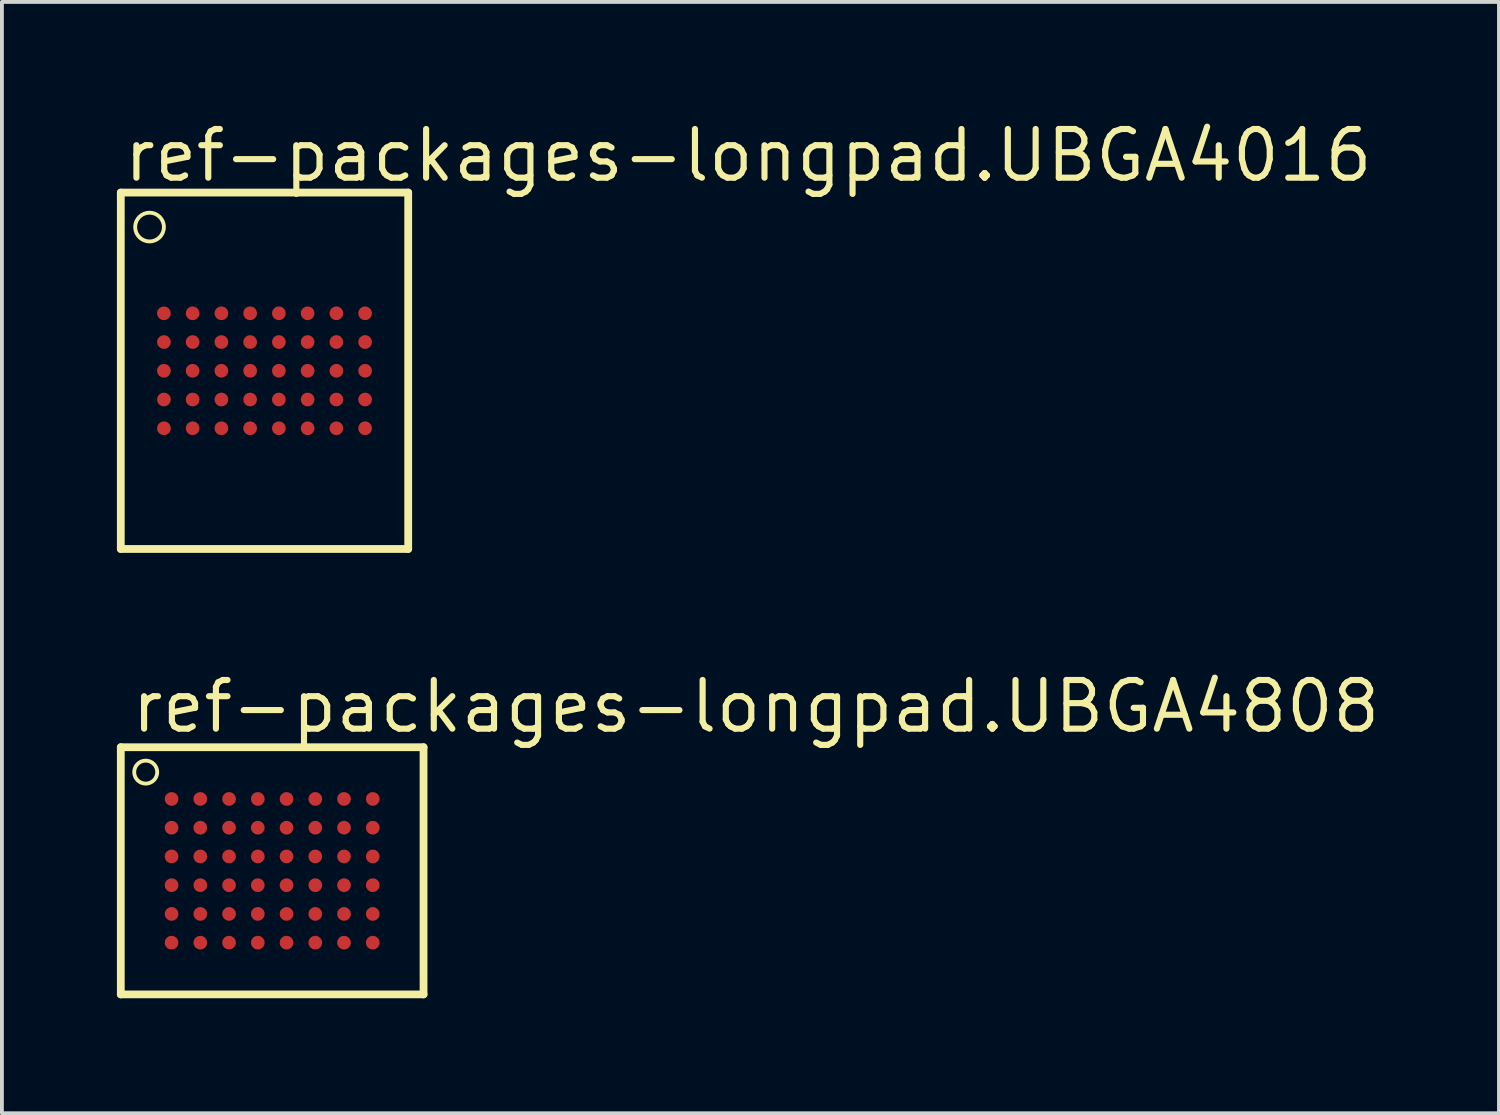
<source format=kicad_pcb>
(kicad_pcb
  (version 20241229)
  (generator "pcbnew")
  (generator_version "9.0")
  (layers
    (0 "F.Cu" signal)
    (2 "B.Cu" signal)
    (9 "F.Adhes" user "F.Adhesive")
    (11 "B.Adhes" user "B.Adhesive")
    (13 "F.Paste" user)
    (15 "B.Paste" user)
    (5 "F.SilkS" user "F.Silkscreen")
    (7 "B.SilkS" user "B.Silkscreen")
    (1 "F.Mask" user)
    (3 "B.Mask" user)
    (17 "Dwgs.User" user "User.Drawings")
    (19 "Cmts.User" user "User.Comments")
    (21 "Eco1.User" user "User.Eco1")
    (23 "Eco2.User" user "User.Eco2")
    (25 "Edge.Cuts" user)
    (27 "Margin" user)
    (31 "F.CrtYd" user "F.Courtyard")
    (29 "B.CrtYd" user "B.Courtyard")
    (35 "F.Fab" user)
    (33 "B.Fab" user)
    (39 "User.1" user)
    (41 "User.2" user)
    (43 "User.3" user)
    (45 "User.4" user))
  (footprint "ref-packages-longpad.UBGA4016"
    (layer "F.Cu")
    (at 3.852 6.625)
    (property "Reference" "ref-packages-longpad.UBGA4016" (at -3.75 -4.875 0) (layer "F.SilkS") (effects (font (size 1.27 1.27) (thickness 0.16)) (justify left bottom)))
    (attr smd)
    (fp_line (start -3.75 -4.65) (end -3.75 4.65) (stroke (width 0.203) (type default)) (layer "F.SilkS"))
    (fp_line (start -3.75 4.65) (end 3.75 4.65) (stroke (width 0.203) (type default)) (layer "F.SilkS"))
    (fp_line (start 3.75 -4.65) (end -3.75 -4.65) (stroke (width 0.203) (type default)) (layer "F.SilkS"))
    (fp_line (start 3.75 4.65) (end 3.75 -4.65) (stroke (width 0.203) (type default)) (layer "F.SilkS"))
    (fp_circle (center -3 -3.75) (end -2.625 -3.75) (stroke (width 0.1) (type default)) (fill no) (layer "F.SilkS"))
    (pad "A1" smd roundrect (at -2.625 -1.5) (size 0.36 0.36) (layers "F.Cu" "F.Mask" "F.Paste") (roundrect_rratio 0.5))
    (pad "A2" smd roundrect (at -1.875 -1.5) (size 0.36 0.36) (layers "F.Cu" "F.Mask" "F.Paste") (roundrect_rratio 0.5))
    (pad "A3" smd roundrect (at -1.125 -1.5) (size 0.36 0.36) (layers "F.Cu" "F.Mask" "F.Paste") (roundrect_rratio 0.5))
    (pad "A4" smd roundrect (at -0.375 -1.5) (size 0.36 0.36) (layers "F.Cu" "F.Mask" "F.Paste") (roundrect_rratio 0.5))
    (pad "A5" smd roundrect (at 0.375 -1.5) (size 0.36 0.36) (layers "F.Cu" "F.Mask" "F.Paste") (roundrect_rratio 0.5))
    (pad "A6" smd roundrect (at 1.125 -1.5) (size 0.36 0.36) (layers "F.Cu" "F.Mask" "F.Paste") (roundrect_rratio 0.5))
    (pad "A7" smd roundrect (at 1.875 -1.5) (size 0.36 0.36) (layers "F.Cu" "F.Mask" "F.Paste") (roundrect_rratio 0.5))
    (pad "A8" smd roundrect (at 2.625 -1.5) (size 0.36 0.36) (layers "F.Cu" "F.Mask" "F.Paste") (roundrect_rratio 0.5))
    (pad "B1" smd roundrect (at -2.625 -0.75) (size 0.36 0.36) (layers "F.Cu" "F.Mask" "F.Paste") (roundrect_rratio 0.5))
    (pad "B2" smd roundrect (at -1.875 -0.75) (size 0.36 0.36) (layers "F.Cu" "F.Mask" "F.Paste") (roundrect_rratio 0.5))
    (pad "B3" smd roundrect (at -1.125 -0.75) (size 0.36 0.36) (layers "F.Cu" "F.Mask" "F.Paste") (roundrect_rratio 0.5))
    (pad "B4" smd roundrect (at -0.375 -0.75) (size 0.36 0.36) (layers "F.Cu" "F.Mask" "F.Paste") (roundrect_rratio 0.5))
    (pad "B5" smd roundrect (at 0.375 -0.75) (size 0.36 0.36) (layers "F.Cu" "F.Mask" "F.Paste") (roundrect_rratio 0.5))
    (pad "B6" smd roundrect (at 1.125 -0.75) (size 0.36 0.36) (layers "F.Cu" "F.Mask" "F.Paste") (roundrect_rratio 0.5))
    (pad "B7" smd roundrect (at 1.875 -0.75) (size 0.36 0.36) (layers "F.Cu" "F.Mask" "F.Paste") (roundrect_rratio 0.5))
    (pad "B8" smd roundrect (at 2.625 -0.75) (size 0.36 0.36) (layers "F.Cu" "F.Mask" "F.Paste") (roundrect_rratio 0.5))
    (pad "C1" smd roundrect (at -2.625 0) (size 0.36 0.36) (layers "F.Cu" "F.Mask" "F.Paste") (roundrect_rratio 0.5))
    (pad "C2" smd roundrect (at -1.875 0) (size 0.36 0.36) (layers "F.Cu" "F.Mask" "F.Paste") (roundrect_rratio 0.5))
    (pad "C3" smd roundrect (at -1.125 0) (size 0.36 0.36) (layers "F.Cu" "F.Mask" "F.Paste") (roundrect_rratio 0.5))
    (pad "C4" smd roundrect (at -0.375 0) (size 0.36 0.36) (layers "F.Cu" "F.Mask" "F.Paste") (roundrect_rratio 0.5))
    (pad "C5" smd roundrect (at 0.375 0) (size 0.36 0.36) (layers "F.Cu" "F.Mask" "F.Paste") (roundrect_rratio 0.5))
    (pad "C6" smd roundrect (at 1.125 0) (size 0.36 0.36) (layers "F.Cu" "F.Mask" "F.Paste") (roundrect_rratio 0.5))
    (pad "C7" smd roundrect (at 1.875 0) (size 0.36 0.36) (layers "F.Cu" "F.Mask" "F.Paste") (roundrect_rratio 0.5))
    (pad "C8" smd roundrect (at 2.625 0) (size 0.36 0.36) (layers "F.Cu" "F.Mask" "F.Paste") (roundrect_rratio 0.5))
    (pad "D1" smd roundrect (at -2.625 0.75) (size 0.36 0.36) (layers "F.Cu" "F.Mask" "F.Paste") (roundrect_rratio 0.5))
    (pad "D2" smd roundrect (at -1.875 0.75) (size 0.36 0.36) (layers "F.Cu" "F.Mask" "F.Paste") (roundrect_rratio 0.5))
    (pad "D3" smd roundrect (at -1.125 0.75) (size 0.36 0.36) (layers "F.Cu" "F.Mask" "F.Paste") (roundrect_rratio 0.5))
    (pad "D4" smd roundrect (at -0.375 0.75) (size 0.36 0.36) (layers "F.Cu" "F.Mask" "F.Paste") (roundrect_rratio 0.5))
    (pad "D5" smd roundrect (at 0.375 0.75) (size 0.36 0.36) (layers "F.Cu" "F.Mask" "F.Paste") (roundrect_rratio 0.5))
    (pad "D6" smd roundrect (at 1.125 0.75) (size 0.36 0.36) (layers "F.Cu" "F.Mask" "F.Paste") (roundrect_rratio 0.5))
    (pad "D7" smd roundrect (at 1.875 0.75) (size 0.36 0.36) (layers "F.Cu" "F.Mask" "F.Paste") (roundrect_rratio 0.5))
    (pad "D8" smd roundrect (at 2.625 0.75) (size 0.36 0.36) (layers "F.Cu" "F.Mask" "F.Paste") (roundrect_rratio 0.5))
    (pad "E1" smd roundrect (at -2.625 1.5) (size 0.36 0.36) (layers "F.Cu" "F.Mask" "F.Paste") (roundrect_rratio 0.5))
    (pad "E2" smd roundrect (at -1.875 1.5) (size 0.36 0.36) (layers "F.Cu" "F.Mask" "F.Paste") (roundrect_rratio 0.5))
    (pad "E3" smd roundrect (at -1.125 1.5) (size 0.36 0.36) (layers "F.Cu" "F.Mask" "F.Paste") (roundrect_rratio 0.5))
    (pad "E4" smd roundrect (at -0.375 1.5) (size 0.36 0.36) (layers "F.Cu" "F.Mask" "F.Paste") (roundrect_rratio 0.5))
    (pad "E5" smd roundrect (at 0.375 1.5) (size 0.36 0.36) (layers "F.Cu" "F.Mask" "F.Paste") (roundrect_rratio 0.5))
    (pad "E6" smd roundrect (at 1.125 1.5) (size 0.36 0.36) (layers "F.Cu" "F.Mask" "F.Paste") (roundrect_rratio 0.5))
    (pad "E7" smd roundrect (at 1.875 1.5) (size 0.36 0.36) (layers "F.Cu" "F.Mask" "F.Paste") (roundrect_rratio 0.5))
    (pad "E8" smd roundrect (at 2.625 1.5) (size 0.36 0.36) (layers "F.Cu" "F.Mask" "F.Paste") (roundrect_rratio 0.5)))
  (footprint "ref-packages-longpad.UBGA4808"
    (layer "F.Cu")
    (at 4.052 19.673)
    (property "Reference" "ref-packages-longpad.UBGA4808" (at -3.75 -3.546 0) (layer "F.SilkS") (effects (font (size 1.27 1.27) (thickness 0.16)) (justify left bottom)))
    (attr smd)
    (fp_line (start -3.95 -3.225) (end -3.95 3.225) (stroke (width 0.203) (type default)) (layer "F.SilkS"))
    (fp_line (start -3.95 3.225) (end 3.95 3.225) (stroke (width 0.203) (type default)) (layer "F.SilkS"))
    (fp_line (start 3.95 -3.225) (end -3.95 -3.225) (stroke (width 0.203) (type default)) (layer "F.SilkS"))
    (fp_line (start 3.95 3.225) (end 3.95 -3.225) (stroke (width 0.203) (type default)) (layer "F.SilkS"))
    (fp_circle (center -3.3 -2.575) (end -3 -2.575) (stroke (width 0.1) (type default)) (fill no) (layer "F.SilkS"))
    (pad "A1" smd roundrect (at -2.625 -1.875) (size 0.36 0.36) (layers "F.Cu" "F.Mask" "F.Paste") (roundrect_rratio 0.5))
    (pad "A2" smd roundrect (at -1.875 -1.875) (size 0.36 0.36) (layers "F.Cu" "F.Mask" "F.Paste") (roundrect_rratio 0.5))
    (pad "A3" smd roundrect (at -1.125 -1.875) (size 0.36 0.36) (layers "F.Cu" "F.Mask" "F.Paste") (roundrect_rratio 0.5))
    (pad "A4" smd roundrect (at -0.375 -1.875) (size 0.36 0.36) (layers "F.Cu" "F.Mask" "F.Paste") (roundrect_rratio 0.5))
    (pad "A5" smd roundrect (at 0.375 -1.875) (size 0.36 0.36) (layers "F.Cu" "F.Mask" "F.Paste") (roundrect_rratio 0.5))
    (pad "A6" smd roundrect (at 1.125 -1.875) (size 0.36 0.36) (layers "F.Cu" "F.Mask" "F.Paste") (roundrect_rratio 0.5))
    (pad "A7" smd roundrect (at 1.875 -1.875) (size 0.36 0.36) (layers "F.Cu" "F.Mask" "F.Paste") (roundrect_rratio 0.5))
    (pad "A8" smd roundrect (at 2.625 -1.875) (size 0.36 0.36) (layers "F.Cu" "F.Mask" "F.Paste") (roundrect_rratio 0.5))
    (pad "B1" smd roundrect (at -2.625 -1.125) (size 0.36 0.36) (layers "F.Cu" "F.Mask" "F.Paste") (roundrect_rratio 0.5))
    (pad "B2" smd roundrect (at -1.875 -1.125) (size 0.36 0.36) (layers "F.Cu" "F.Mask" "F.Paste") (roundrect_rratio 0.5))
    (pad "B3" smd roundrect (at -1.125 -1.125) (size 0.36 0.36) (layers "F.Cu" "F.Mask" "F.Paste") (roundrect_rratio 0.5))
    (pad "B4" smd roundrect (at -0.375 -1.125) (size 0.36 0.36) (layers "F.Cu" "F.Mask" "F.Paste") (roundrect_rratio 0.5))
    (pad "B5" smd roundrect (at 0.375 -1.125) (size 0.36 0.36) (layers "F.Cu" "F.Mask" "F.Paste") (roundrect_rratio 0.5))
    (pad "B6" smd roundrect (at 1.125 -1.125) (size 0.36 0.36) (layers "F.Cu" "F.Mask" "F.Paste") (roundrect_rratio 0.5))
    (pad "B7" smd roundrect (at 1.875 -1.125) (size 0.36 0.36) (layers "F.Cu" "F.Mask" "F.Paste") (roundrect_rratio 0.5))
    (pad "B8" smd roundrect (at 2.625 -1.125) (size 0.36 0.36) (layers "F.Cu" "F.Mask" "F.Paste") (roundrect_rratio 0.5))
    (pad "C1" smd roundrect (at -2.625 -0.375) (size 0.36 0.36) (layers "F.Cu" "F.Mask" "F.Paste") (roundrect_rratio 0.5))
    (pad "C2" smd roundrect (at -1.875 -0.375) (size 0.36 0.36) (layers "F.Cu" "F.Mask" "F.Paste") (roundrect_rratio 0.5))
    (pad "C3" smd roundrect (at -1.125 -0.375) (size 0.36 0.36) (layers "F.Cu" "F.Mask" "F.Paste") (roundrect_rratio 0.5))
    (pad "C4" smd roundrect (at -0.375 -0.375) (size 0.36 0.36) (layers "F.Cu" "F.Mask" "F.Paste") (roundrect_rratio 0.5))
    (pad "C5" smd roundrect (at 0.375 -0.375) (size 0.36 0.36) (layers "F.Cu" "F.Mask" "F.Paste") (roundrect_rratio 0.5))
    (pad "C6" smd roundrect (at 1.125 -0.375) (size 0.36 0.36) (layers "F.Cu" "F.Mask" "F.Paste") (roundrect_rratio 0.5))
    (pad "C7" smd roundrect (at 1.875 -0.375) (size 0.36 0.36) (layers "F.Cu" "F.Mask" "F.Paste") (roundrect_rratio 0.5))
    (pad "C8" smd roundrect (at 2.625 -0.375) (size 0.36 0.36) (layers "F.Cu" "F.Mask" "F.Paste") (roundrect_rratio 0.5))
    (pad "D1" smd roundrect (at -2.625 0.375) (size 0.36 0.36) (layers "F.Cu" "F.Mask" "F.Paste") (roundrect_rratio 0.5))
    (pad "D2" smd roundrect (at -1.875 0.375) (size 0.36 0.36) (layers "F.Cu" "F.Mask" "F.Paste") (roundrect_rratio 0.5))
    (pad "D3" smd roundrect (at -1.125 0.375) (size 0.36 0.36) (layers "F.Cu" "F.Mask" "F.Paste") (roundrect_rratio 0.5))
    (pad "D4" smd roundrect (at -0.375 0.375) (size 0.36 0.36) (layers "F.Cu" "F.Mask" "F.Paste") (roundrect_rratio 0.5))
    (pad "D5" smd roundrect (at 0.375 0.375) (size 0.36 0.36) (layers "F.Cu" "F.Mask" "F.Paste") (roundrect_rratio 0.5))
    (pad "D6" smd roundrect (at 1.125 0.375) (size 0.36 0.36) (layers "F.Cu" "F.Mask" "F.Paste") (roundrect_rratio 0.5))
    (pad "D7" smd roundrect (at 1.875 0.375) (size 0.36 0.36) (layers "F.Cu" "F.Mask" "F.Paste") (roundrect_rratio 0.5))
    (pad "D8" smd roundrect (at 2.625 0.375) (size 0.36 0.36) (layers "F.Cu" "F.Mask" "F.Paste") (roundrect_rratio 0.5))
    (pad "E1" smd roundrect (at -2.625 1.125) (size 0.36 0.36) (layers "F.Cu" "F.Mask" "F.Paste") (roundrect_rratio 0.5))
    (pad "E2" smd roundrect (at -1.875 1.125) (size 0.36 0.36) (layers "F.Cu" "F.Mask" "F.Paste") (roundrect_rratio 0.5))
    (pad "E3" smd roundrect (at -1.125 1.125) (size 0.36 0.36) (layers "F.Cu" "F.Mask" "F.Paste") (roundrect_rratio 0.5))
    (pad "E4" smd roundrect (at -0.375 1.125) (size 0.36 0.36) (layers "F.Cu" "F.Mask" "F.Paste") (roundrect_rratio 0.5))
    (pad "E5" smd roundrect (at 0.375 1.125) (size 0.36 0.36) (layers "F.Cu" "F.Mask" "F.Paste") (roundrect_rratio 0.5))
    (pad "E6" smd roundrect (at 1.125 1.125) (size 0.36 0.36) (layers "F.Cu" "F.Mask" "F.Paste") (roundrect_rratio 0.5))
    (pad "E7" smd roundrect (at 1.875 1.125) (size 0.36 0.36) (layers "F.Cu" "F.Mask" "F.Paste") (roundrect_rratio 0.5))
    (pad "E8" smd roundrect (at 2.625 1.125) (size 0.36 0.36) (layers "F.Cu" "F.Mask" "F.Paste") (roundrect_rratio 0.5))
    (pad "F1" smd roundrect (at -2.625 1.875) (size 0.36 0.36) (layers "F.Cu" "F.Mask" "F.Paste") (roundrect_rratio 0.5))
    (pad "F2" smd roundrect (at -1.875 1.875) (size 0.36 0.36) (layers "F.Cu" "F.Mask" "F.Paste") (roundrect_rratio 0.5))
    (pad "F3" smd roundrect (at -1.125 1.875) (size 0.36 0.36) (layers "F.Cu" "F.Mask" "F.Paste") (roundrect_rratio 0.5))
    (pad "F4" smd roundrect (at -0.375 1.875) (size 0.36 0.36) (layers "F.Cu" "F.Mask" "F.Paste") (roundrect_rratio 0.5))
    (pad "F5" smd roundrect (at 0.375 1.875) (size 0.36 0.36) (layers "F.Cu" "F.Mask" "F.Paste") (roundrect_rratio 0.5))
    (pad "F6" smd roundrect (at 1.125 1.875) (size 0.36 0.36) (layers "F.Cu" "F.Mask" "F.Paste") (roundrect_rratio 0.5))
    (pad "F7" smd roundrect (at 1.875 1.875) (size 0.36 0.36) (layers "F.Cu" "F.Mask" "F.Paste") (roundrect_rratio 0.5))
    (pad "F8" smd roundrect (at 2.625 1.875) (size 0.36 0.36) (layers "F.Cu" "F.Mask" "F.Paste") (roundrect_rratio 0.5)))
  (gr_rect
    (start -3 -3)
    (end 36.064 25.999)
    (stroke (width 0.1) (type default))
    (fill no)
    (layer "Edge.Cuts")))
</source>
